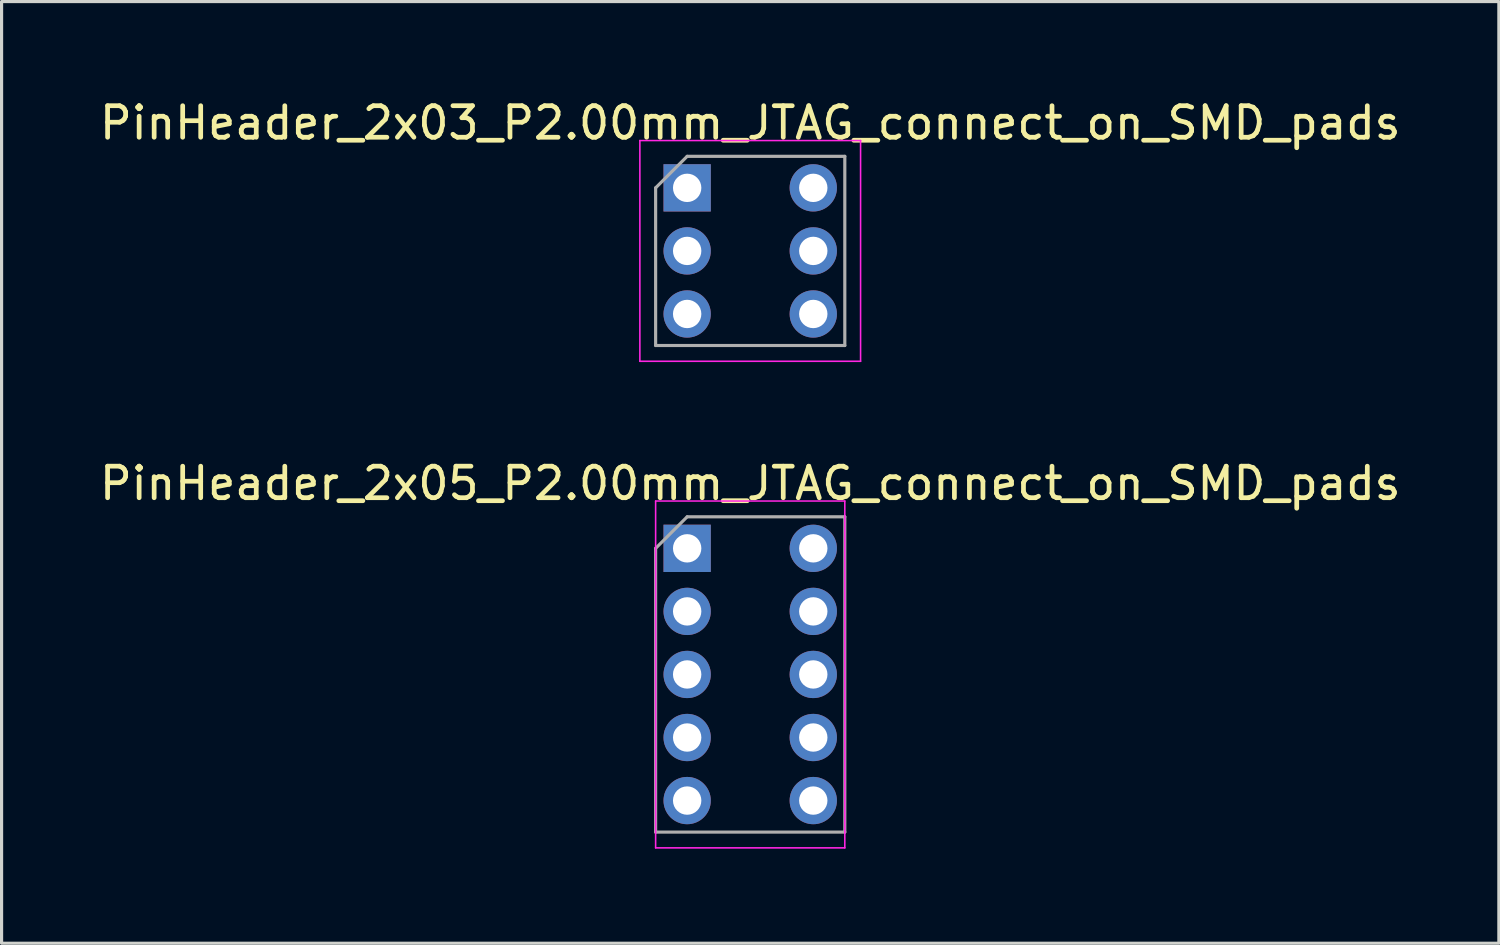
<source format=kicad_pcb>
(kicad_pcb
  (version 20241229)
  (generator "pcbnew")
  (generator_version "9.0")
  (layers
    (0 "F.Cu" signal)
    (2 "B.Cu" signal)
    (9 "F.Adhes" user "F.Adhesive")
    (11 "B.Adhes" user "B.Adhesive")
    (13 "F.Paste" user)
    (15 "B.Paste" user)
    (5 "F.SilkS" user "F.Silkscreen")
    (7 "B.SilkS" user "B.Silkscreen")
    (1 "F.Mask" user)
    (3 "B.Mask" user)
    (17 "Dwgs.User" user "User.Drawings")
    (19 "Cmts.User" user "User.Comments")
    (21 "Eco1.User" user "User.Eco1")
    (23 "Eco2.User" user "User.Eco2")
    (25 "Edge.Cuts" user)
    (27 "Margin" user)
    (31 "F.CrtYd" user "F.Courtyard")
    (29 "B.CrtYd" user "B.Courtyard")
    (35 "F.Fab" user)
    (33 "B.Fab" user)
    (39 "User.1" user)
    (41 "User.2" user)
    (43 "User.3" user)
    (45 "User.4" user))
  (footprint "PinHeader_2x03_P2.00mm_JTAG_connect_on_SMD_pads"
    (layer "F.Cu")
    (at 19.744 2.908)
    (property "Reference" "PinHeader_2x03_P2.00mm_JTAG_connect_on_SMD_pads" (at 1 -2.06 0) (layer "F.SilkS") (effects (font (size 1 1) (thickness 0.15))))
    (attr through_hole)
    (fp_line (start -2.5 -1.5) (end -2.5 5.5) (stroke (width 0.05) (type solid)) (layer "F.CrtYd"))
    (fp_line (start -2.5 5.5) (end 4.5 5.5) (stroke (width 0.05) (type solid)) (layer "F.CrtYd"))
    (fp_line (start 4.5 -1.5) (end -2.5 -1.5) (stroke (width 0.05) (type solid)) (layer "F.CrtYd"))
    (fp_line (start 4.5 5.5) (end 4.5 -1.5) (stroke (width 0.05) (type solid)) (layer "F.CrtYd"))
    (fp_line (start -2 0) (end -1 -1) (stroke (width 0.1) (type solid)) (layer "F.Fab"))
    (fp_line (start -2 5) (end -2 0) (stroke (width 0.1) (type solid)) (layer "F.Fab"))
    (fp_line (start -1 -1) (end 4 -1) (stroke (width 0.1) (type solid)) (layer "F.Fab"))
    (fp_line (start 4 -1) (end 4 5) (stroke (width 0.1) (type solid)) (layer "F.Fab"))
    (fp_line (start 4 5) (end -2 5) (stroke (width 0.1) (type solid)) (layer "F.Fab"))
    (pad "1" thru_hole rect (at -1 0) (size 1.5 1.5) (drill 0.9) (layers "*.Cu" "*.Mask"))
    (pad "2" thru_hole oval (at 3 0) (size 1.5 1.5) (drill 0.9) (layers "*.Cu" "*.Mask"))
    (pad "3" thru_hole oval (at -1 2) (size 1.5 1.5) (drill 0.9) (layers "*.Cu" "*.Mask"))
    (pad "4" thru_hole oval (at 3 2) (size 1.5 1.5) (drill 0.9) (layers "*.Cu" "*.Mask"))
    (pad "5" thru_hole oval (at -1 4) (size 1.5 1.5) (drill 0.9) (layers "*.Cu" "*.Mask"))
    (pad "6" thru_hole oval (at 3 4) (size 1.5 1.5) (drill 0.9) (layers "*.Cu" "*.Mask")))
  (footprint "PinHeader_2x05_P2.00mm_JTAG_connect_on_SMD_pads"
    (layer "F.Cu")
    (at 19.744 14.341)
    (property "Reference" "PinHeader_2x05_P2.00mm_JTAG_connect_on_SMD_pads" (at 1 -2.06 0) (layer "F.SilkS") (effects (font (size 1 1) (thickness 0.15))))
    (attr through_hole)
    (fp_line (start -2 -1.5) (end -2 9.5) (stroke (width 0.05) (type solid)) (layer "F.CrtYd"))
    (fp_line (start -2 9.5) (end 4 9.5) (stroke (width 0.05) (type solid)) (layer "F.CrtYd"))
    (fp_line (start 4 -1.5) (end -2 -1.5) (stroke (width 0.05) (type solid)) (layer "F.CrtYd"))
    (fp_line (start 4 9.5) (end 4 -1.5) (stroke (width 0.05) (type solid)) (layer "F.CrtYd"))
    (fp_line (start -2 0) (end -1 -1) (stroke (width 0.1) (type solid)) (layer "F.Fab"))
    (fp_line (start -2 9) (end -2 0) (stroke (width 0.1) (type solid)) (layer "F.Fab"))
    (fp_line (start -1 -1) (end 4 -1) (stroke (width 0.1) (type solid)) (layer "F.Fab"))
    (fp_line (start 4 -1) (end 4 9) (stroke (width 0.1) (type solid)) (layer "F.Fab"))
    (fp_line (start 4 9) (end -2 9) (stroke (width 0.1) (type solid)) (layer "F.Fab"))
    (pad "1" thru_hole rect (at -1 0) (size 1.5 1.5) (drill 0.9) (layers "*.Cu" "*.Mask"))
    (pad "2" thru_hole oval (at 3 0) (size 1.5 1.5) (drill 0.9) (layers "*.Cu" "*.Mask"))
    (pad "3" thru_hole oval (at -1 2) (size 1.5 1.5) (drill 0.9) (layers "*.Cu" "*.Mask"))
    (pad "4" thru_hole oval (at 3 2) (size 1.5 1.5) (drill 0.9) (layers "*.Cu" "*.Mask"))
    (pad "5" thru_hole oval (at -1 4) (size 1.5 1.5) (drill 0.9) (layers "*.Cu" "*.Mask"))
    (pad "6" thru_hole oval (at 3 4) (size 1.5 1.5) (drill 0.9) (layers "*.Cu" "*.Mask"))
    (pad "7" thru_hole oval (at -1 6) (size 1.5 1.5) (drill 0.9) (layers "*.Cu" "*.Mask"))
    (pad "8" thru_hole oval (at 3 6) (size 1.5 1.5) (drill 0.9) (layers "*.Cu" "*.Mask"))
    (pad "9" thru_hole oval (at -1 8) (size 1.5 1.5) (drill 0.9) (layers "*.Cu" "*.Mask"))
    (pad "10" thru_hole oval (at 3 8) (size 1.5 1.5) (drill 0.9) (layers "*.Cu" "*.Mask")))
  (gr_rect
    (start -3 -3)
    (end 44.488 26.866)
    (stroke (width 0.1) (type default))
    (fill no)
    (layer "Edge.Cuts")))
</source>
